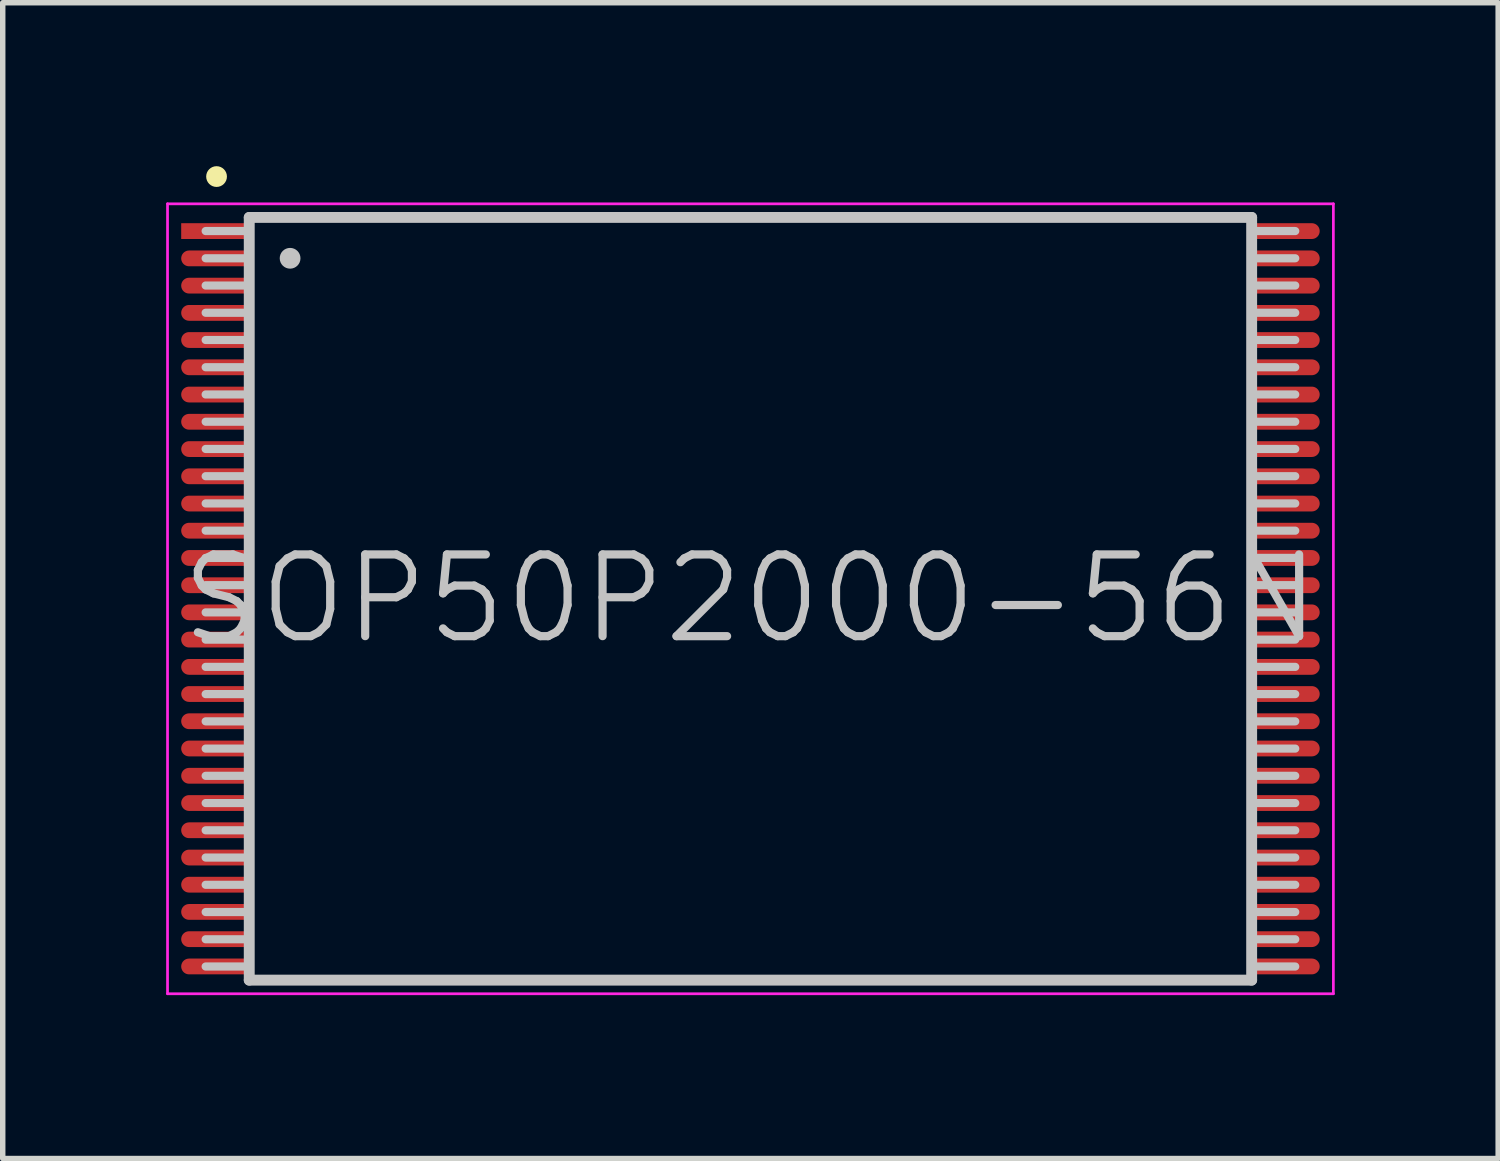
<source format=kicad_pcb>
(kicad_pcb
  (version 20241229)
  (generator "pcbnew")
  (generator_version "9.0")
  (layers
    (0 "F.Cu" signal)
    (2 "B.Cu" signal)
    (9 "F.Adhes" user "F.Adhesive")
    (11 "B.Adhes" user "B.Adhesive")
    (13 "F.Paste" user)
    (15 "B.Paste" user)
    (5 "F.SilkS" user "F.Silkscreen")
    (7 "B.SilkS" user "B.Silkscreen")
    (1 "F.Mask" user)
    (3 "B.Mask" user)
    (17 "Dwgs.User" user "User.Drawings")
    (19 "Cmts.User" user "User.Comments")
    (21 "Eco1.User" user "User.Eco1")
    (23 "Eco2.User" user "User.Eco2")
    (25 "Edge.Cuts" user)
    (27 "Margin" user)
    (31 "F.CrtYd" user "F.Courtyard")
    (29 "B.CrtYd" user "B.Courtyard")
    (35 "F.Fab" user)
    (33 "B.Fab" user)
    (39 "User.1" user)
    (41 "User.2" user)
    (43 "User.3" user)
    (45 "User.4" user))
  (footprint "SOP50P2000-56N"
    (layer "F.Cu")
    (at 10.725 7.941)
    (property "Reference" "SOP50P2000-56N" (at 0 0 0) (layer "Dwgs.User") (effects (font (size 1.5 1.5) (thickness 0.15))))
    (attr smd)
    (fp_line (start -9.8 -7.75) (end -9.8 -7.75) (stroke (width 0.381) (type solid)) (layer "F.SilkS"))
    (fp_line (start -9.2 -7) (end -9.2 7) (stroke (width 0.2) (type solid)) (layer "Dwgs.User"))
    (fp_line (start -9.2 -7) (end 9.2 -7) (stroke (width 0.2) (type solid)) (layer "Dwgs.User"))
    (fp_line (start -9.2 -6.75) (end -10 -6.75) (stroke (width 0.15) (type solid)) (layer "Dwgs.User"))
    (fp_line (start -9.2 -6.25) (end -10 -6.25) (stroke (width 0.15) (type solid)) (layer "Dwgs.User"))
    (fp_line (start -9.2 -5.75) (end -10 -5.75) (stroke (width 0.15) (type solid)) (layer "Dwgs.User"))
    (fp_line (start -9.2 -5.25) (end -10 -5.25) (stroke (width 0.15) (type solid)) (layer "Dwgs.User"))
    (fp_line (start -9.2 -4.75) (end -10 -4.75) (stroke (width 0.15) (type solid)) (layer "Dwgs.User"))
    (fp_line (start -9.2 -4.25) (end -10 -4.25) (stroke (width 0.15) (type solid)) (layer "Dwgs.User"))
    (fp_line (start -9.2 -3.75) (end -10 -3.75) (stroke (width 0.15) (type solid)) (layer "Dwgs.User"))
    (fp_line (start -9.2 -3.25) (end -10 -3.25) (stroke (width 0.15) (type solid)) (layer "Dwgs.User"))
    (fp_line (start -9.2 -2.75) (end -10 -2.75) (stroke (width 0.15) (type solid)) (layer "Dwgs.User"))
    (fp_line (start -9.2 -2.25) (end -10 -2.25) (stroke (width 0.15) (type solid)) (layer "Dwgs.User"))
    (fp_line (start -9.2 -1.75) (end -10 -1.75) (stroke (width 0.15) (type solid)) (layer "Dwgs.User"))
    (fp_line (start -9.2 -1.25) (end -10 -1.25) (stroke (width 0.15) (type solid)) (layer "Dwgs.User"))
    (fp_line (start -9.2 -0.75) (end -10 -0.75) (stroke (width 0.15) (type solid)) (layer "Dwgs.User"))
    (fp_line (start -9.2 -0.25) (end -10 -0.25) (stroke (width 0.15) (type solid)) (layer "Dwgs.User"))
    (fp_line (start -9.2 0.25) (end -10 0.25) (stroke (width 0.15) (type solid)) (layer "Dwgs.User"))
    (fp_line (start -9.2 0.75) (end -10 0.75) (stroke (width 0.15) (type solid)) (layer "Dwgs.User"))
    (fp_line (start -9.2 1.25) (end -10 1.25) (stroke (width 0.15) (type solid)) (layer "Dwgs.User"))
    (fp_line (start -9.2 1.75) (end -10 1.75) (stroke (width 0.15) (type solid)) (layer "Dwgs.User"))
    (fp_line (start -9.2 2.25) (end -10 2.25) (stroke (width 0.15) (type solid)) (layer "Dwgs.User"))
    (fp_line (start -9.2 2.75) (end -10 2.75) (stroke (width 0.15) (type solid)) (layer "Dwgs.User"))
    (fp_line (start -9.2 3.25) (end -10 3.25) (stroke (width 0.15) (type solid)) (layer "Dwgs.User"))
    (fp_line (start -9.2 3.75) (end -10 3.75) (stroke (width 0.15) (type solid)) (layer "Dwgs.User"))
    (fp_line (start -9.2 4.25) (end -10 4.25) (stroke (width 0.15) (type solid)) (layer "Dwgs.User"))
    (fp_line (start -9.2 4.75) (end -10 4.75) (stroke (width 0.15) (type solid)) (layer "Dwgs.User"))
    (fp_line (start -9.2 5.25) (end -10 5.25) (stroke (width 0.15) (type solid)) (layer "Dwgs.User"))
    (fp_line (start -9.2 5.75) (end -10 5.75) (stroke (width 0.15) (type solid)) (layer "Dwgs.User"))
    (fp_line (start -9.2 6.25) (end -10 6.25) (stroke (width 0.15) (type solid)) (layer "Dwgs.User"))
    (fp_line (start -9.2 6.75) (end -10 6.75) (stroke (width 0.15) (type solid)) (layer "Dwgs.User"))
    (fp_line (start -9.2 7) (end 9.2 7) (stroke (width 0.2) (type solid)) (layer "Dwgs.User"))
    (fp_line (start -8.45 -6.25) (end -8.45 -6.25) (stroke (width 0.381) (type solid)) (layer "Dwgs.User"))
    (fp_line (start 9.2 -7) (end 9.2 7) (stroke (width 0.2) (type solid)) (layer "Dwgs.User"))
    (fp_line (start 10 -6.75) (end 9.2 -6.75) (stroke (width 0.15) (type solid)) (layer "Dwgs.User"))
    (fp_line (start 10 -6.25) (end 9.2 -6.25) (stroke (width 0.15) (type solid)) (layer "Dwgs.User"))
    (fp_line (start 10 -5.75) (end 9.2 -5.75) (stroke (width 0.15) (type solid)) (layer "Dwgs.User"))
    (fp_line (start 10 -5.25) (end 9.2 -5.25) (stroke (width 0.15) (type solid)) (layer "Dwgs.User"))
    (fp_line (start 10 -4.75) (end 9.2 -4.75) (stroke (width 0.15) (type solid)) (layer "Dwgs.User"))
    (fp_line (start 10 -4.25) (end 9.2 -4.25) (stroke (width 0.15) (type solid)) (layer "Dwgs.User"))
    (fp_line (start 10 -3.75) (end 9.2 -3.75) (stroke (width 0.15) (type solid)) (layer "Dwgs.User"))
    (fp_line (start 10 -3.25) (end 9.2 -3.25) (stroke (width 0.15) (type solid)) (layer "Dwgs.User"))
    (fp_line (start 10 -2.75) (end 9.2 -2.75) (stroke (width 0.15) (type solid)) (layer "Dwgs.User"))
    (fp_line (start 10 -2.25) (end 9.2 -2.25) (stroke (width 0.15) (type solid)) (layer "Dwgs.User"))
    (fp_line (start 10 -1.75) (end 9.2 -1.75) (stroke (width 0.15) (type solid)) (layer "Dwgs.User"))
    (fp_line (start 10 -1.25) (end 9.2 -1.25) (stroke (width 0.15) (type solid)) (layer "Dwgs.User"))
    (fp_line (start 10 -0.75) (end 9.2 -0.75) (stroke (width 0.15) (type solid)) (layer "Dwgs.User"))
    (fp_line (start 10 -0.25) (end 9.2 -0.25) (stroke (width 0.15) (type solid)) (layer "Dwgs.User"))
    (fp_line (start 10 0.25) (end 9.2 0.25) (stroke (width 0.15) (type solid)) (layer "Dwgs.User"))
    (fp_line (start 10 0.75) (end 9.2 0.75) (stroke (width 0.15) (type solid)) (layer "Dwgs.User"))
    (fp_line (start 10 1.25) (end 9.2 1.25) (stroke (width 0.15) (type solid)) (layer "Dwgs.User"))
    (fp_line (start 10 1.75) (end 9.2 1.75) (stroke (width 0.15) (type solid)) (layer "Dwgs.User"))
    (fp_line (start 10 2.25) (end 9.2 2.25) (stroke (width 0.15) (type solid)) (layer "Dwgs.User"))
    (fp_line (start 10 2.75) (end 9.2 2.75) (stroke (width 0.15) (type solid)) (layer "Dwgs.User"))
    (fp_line (start 10 3.25) (end 9.2 3.25) (stroke (width 0.15) (type solid)) (layer "Dwgs.User"))
    (fp_line (start 10 3.75) (end 9.2 3.75) (stroke (width 0.15) (type solid)) (layer "Dwgs.User"))
    (fp_line (start 10 4.25) (end 9.2 4.25) (stroke (width 0.15) (type solid)) (layer "Dwgs.User"))
    (fp_line (start 10 4.75) (end 9.2 4.75) (stroke (width 0.15) (type solid)) (layer "Dwgs.User"))
    (fp_line (start 10 5.25) (end 9.2 5.25) (stroke (width 0.15) (type solid)) (layer "Dwgs.User"))
    (fp_line (start 10 5.75) (end 9.2 5.75) (stroke (width 0.15) (type solid)) (layer "Dwgs.User"))
    (fp_line (start 10 6.25) (end 9.2 6.25) (stroke (width 0.15) (type solid)) (layer "Dwgs.User"))
    (fp_line (start 10 6.75) (end 9.2 6.75) (stroke (width 0.15) (type solid)) (layer "Dwgs.User"))
    (fp_line (start -10.7 -7.25) (end -10.7 7.25) (stroke (width 0.05) (type solid)) (layer "F.CrtYd"))
    (fp_line (start -10.7 -7.25) (end 10.7 -7.25) (stroke (width 0.05) (type solid)) (layer "F.CrtYd"))
    (fp_line (start -10.7 7.25) (end 10.7 7.25) (stroke (width 0.05) (type solid)) (layer "F.CrtYd"))
    (fp_line (start 10.7 -7.25) (end 10.7 7.25) (stroke (width 0.05) (type solid)) (layer "F.CrtYd"))
    (pad "1" smd rect (at -9.799 -6.749 90) (size 0.29 1.3) (layers "F.Cu" "F.Mask" "F.Paste"))
    (pad "2" smd oval (at -9.799 -6.248 90) (size 0.29 1.3) (layers "F.Cu" "F.Mask" "F.Paste"))
    (pad "3" smd oval (at -9.799 -5.748 90) (size 0.29 1.3) (layers "F.Cu" "F.Mask" "F.Paste"))
    (pad "4" smd oval (at -9.799 -5.248 90) (size 0.29 1.3) (layers "F.Cu" "F.Mask" "F.Paste"))
    (pad "5" smd oval (at -9.799 -4.75 90) (size 0.29 1.3) (layers "F.Cu" "F.Mask" "F.Paste"))
    (pad "6" smd oval (at -9.799 -4.249 90) (size 0.29 1.3) (layers "F.Cu" "F.Mask" "F.Paste"))
    (pad "7" smd oval (at -9.799 -3.749 90) (size 0.29 1.3) (layers "F.Cu" "F.Mask" "F.Paste"))
    (pad "8" smd oval (at -9.799 -3.249 90) (size 0.29 1.3) (layers "F.Cu" "F.Mask" "F.Paste"))
    (pad "9" smd oval (at -9.799 -2.748 90) (size 0.29 1.3) (layers "F.Cu" "F.Mask" "F.Paste"))
    (pad "10" smd oval (at -9.799 -2.248 90) (size 0.29 1.3) (layers "F.Cu" "F.Mask" "F.Paste"))
    (pad "11" smd oval (at -9.799 -1.748 90) (size 0.29 1.3) (layers "F.Cu" "F.Mask" "F.Paste"))
    (pad "12" smd oval (at -9.799 -1.25 90) (size 0.29 1.3) (layers "F.Cu" "F.Mask" "F.Paste"))
    (pad "13" smd oval (at -9.799 -0.749 90) (size 0.29 1.3) (layers "F.Cu" "F.Mask" "F.Paste"))
    (pad "14" smd oval (at -9.799 -0.249 90) (size 0.29 1.3) (layers "F.Cu" "F.Mask" "F.Paste"))
    (pad "15" smd oval (at -9.799 0.249 90) (size 0.29 1.3) (layers "F.Cu" "F.Mask" "F.Paste"))
    (pad "16" smd oval (at -9.799 0.749 90) (size 0.29 1.3) (layers "F.Cu" "F.Mask" "F.Paste"))
    (pad "17" smd oval (at -9.799 1.25 90) (size 0.29 1.3) (layers "F.Cu" "F.Mask" "F.Paste"))
    (pad "18" smd oval (at -9.799 1.748 90) (size 0.29 1.3) (layers "F.Cu" "F.Mask" "F.Paste"))
    (pad "19" smd oval (at -9.799 2.248 90) (size 0.29 1.3) (layers "F.Cu" "F.Mask" "F.Paste"))
    (pad "20" smd oval (at -9.799 2.748 90) (size 0.29 1.3) (layers "F.Cu" "F.Mask" "F.Paste"))
    (pad "21" smd oval (at -9.799 3.249 90) (size 0.29 1.3) (layers "F.Cu" "F.Mask" "F.Paste"))
    (pad "22" smd oval (at -9.799 3.749 90) (size 0.29 1.3) (layers "F.Cu" "F.Mask" "F.Paste"))
    (pad "23" smd oval (at -9.799 4.249 90) (size 0.29 1.3) (layers "F.Cu" "F.Mask" "F.Paste"))
    (pad "24" smd oval (at -9.799 4.75 90) (size 0.29 1.3) (layers "F.Cu" "F.Mask" "F.Paste"))
    (pad "25" smd oval (at -9.799 5.248 90) (size 0.29 1.3) (layers "F.Cu" "F.Mask" "F.Paste"))
    (pad "26" smd oval (at -9.799 5.748 90) (size 0.29 1.3) (layers "F.Cu" "F.Mask" "F.Paste"))
    (pad "27" smd oval (at -9.799 6.248 90) (size 0.29 1.3) (layers "F.Cu" "F.Mask" "F.Paste"))
    (pad "28" smd oval (at -9.799 6.749 90) (size 0.29 1.3) (layers "F.Cu" "F.Mask" "F.Paste"))
    (pad "29" smd oval (at 9.799 6.749 270) (size 0.29 1.3) (layers "F.Cu" "F.Mask" "F.Paste"))
    (pad "30" smd oval (at 9.799 6.248 270) (size 0.29 1.3) (layers "F.Cu" "F.Mask" "F.Paste"))
    (pad "31" smd oval (at 9.799 5.748 270) (size 0.29 1.3) (layers "F.Cu" "F.Mask" "F.Paste"))
    (pad "32" smd oval (at 9.799 5.248 270) (size 0.29 1.3) (layers "F.Cu" "F.Mask" "F.Paste"))
    (pad "33" smd oval (at 9.799 4.75 270) (size 0.29 1.3) (layers "F.Cu" "F.Mask" "F.Paste"))
    (pad "34" smd oval (at 9.799 4.249 270) (size 0.29 1.3) (layers "F.Cu" "F.Mask" "F.Paste"))
    (pad "35" smd oval (at 9.799 3.749 270) (size 0.29 1.3) (layers "F.Cu" "F.Mask" "F.Paste"))
    (pad "36" smd oval (at 9.799 3.249 270) (size 0.29 1.3) (layers "F.Cu" "F.Mask" "F.Paste"))
    (pad "37" smd oval (at 9.799 2.748 270) (size 0.29 1.3) (layers "F.Cu" "F.Mask" "F.Paste"))
    (pad "38" smd oval (at 9.799 2.248 270) (size 0.29 1.3) (layers "F.Cu" "F.Mask" "F.Paste"))
    (pad "39" smd oval (at 9.799 1.748 270) (size 0.29 1.3) (layers "F.Cu" "F.Mask" "F.Paste"))
    (pad "40" smd oval (at 9.799 1.25 270) (size 0.29 1.3) (layers "F.Cu" "F.Mask" "F.Paste"))
    (pad "41" smd oval (at 9.799 0.749 270) (size 0.29 1.3) (layers "F.Cu" "F.Mask" "F.Paste"))
    (pad "42" smd oval (at 9.799 0.249 270) (size 0.29 1.3) (layers "F.Cu" "F.Mask" "F.Paste"))
    (pad "43" smd oval (at 9.799 -0.249 270) (size 0.29 1.3) (layers "F.Cu" "F.Mask" "F.Paste"))
    (pad "44" smd oval (at 9.799 -0.749 270) (size 0.29 1.3) (layers "F.Cu" "F.Mask" "F.Paste"))
    (pad "45" smd oval (at 9.799 -1.25 270) (size 0.29 1.3) (layers "F.Cu" "F.Mask" "F.Paste"))
    (pad "46" smd oval (at 9.799 -1.748 270) (size 0.29 1.3) (layers "F.Cu" "F.Mask" "F.Paste"))
    (pad "47" smd oval (at 9.799 -2.248 270) (size 0.29 1.3) (layers "F.Cu" "F.Mask" "F.Paste"))
    (pad "48" smd oval (at 9.799 -2.748 270) (size 0.29 1.3) (layers "F.Cu" "F.Mask" "F.Paste"))
    (pad "49" smd oval (at 9.799 -3.249 270) (size 0.29 1.3) (layers "F.Cu" "F.Mask" "F.Paste"))
    (pad "50" smd oval (at 9.799 -3.749 270) (size 0.29 1.3) (layers "F.Cu" "F.Mask" "F.Paste"))
    (pad "51" smd oval (at 9.799 -4.249 270) (size 0.29 1.3) (layers "F.Cu" "F.Mask" "F.Paste"))
    (pad "52" smd oval (at 9.799 -4.75 270) (size 0.29 1.3) (layers "F.Cu" "F.Mask" "F.Paste"))
    (pad "53" smd oval (at 9.799 -5.248 270) (size 0.29 1.3) (layers "F.Cu" "F.Mask" "F.Paste"))
    (pad "54" smd oval (at 9.799 -5.748 270) (size 0.29 1.3) (layers "F.Cu" "F.Mask" "F.Paste"))
    (pad "55" smd oval (at 9.799 -6.248 270) (size 0.29 1.3) (layers "F.Cu" "F.Mask" "F.Paste"))
    (pad "56" smd oval (at 9.799 -6.749 270) (size 0.29 1.3) (layers "F.Cu" "F.Mask" "F.Paste")))
  (gr_rect
    (start -3 -3)
    (end 24.45 18.215)
    (stroke (width 0.1) (type default))
    (fill no)
    (layer "Edge.Cuts")))
</source>
